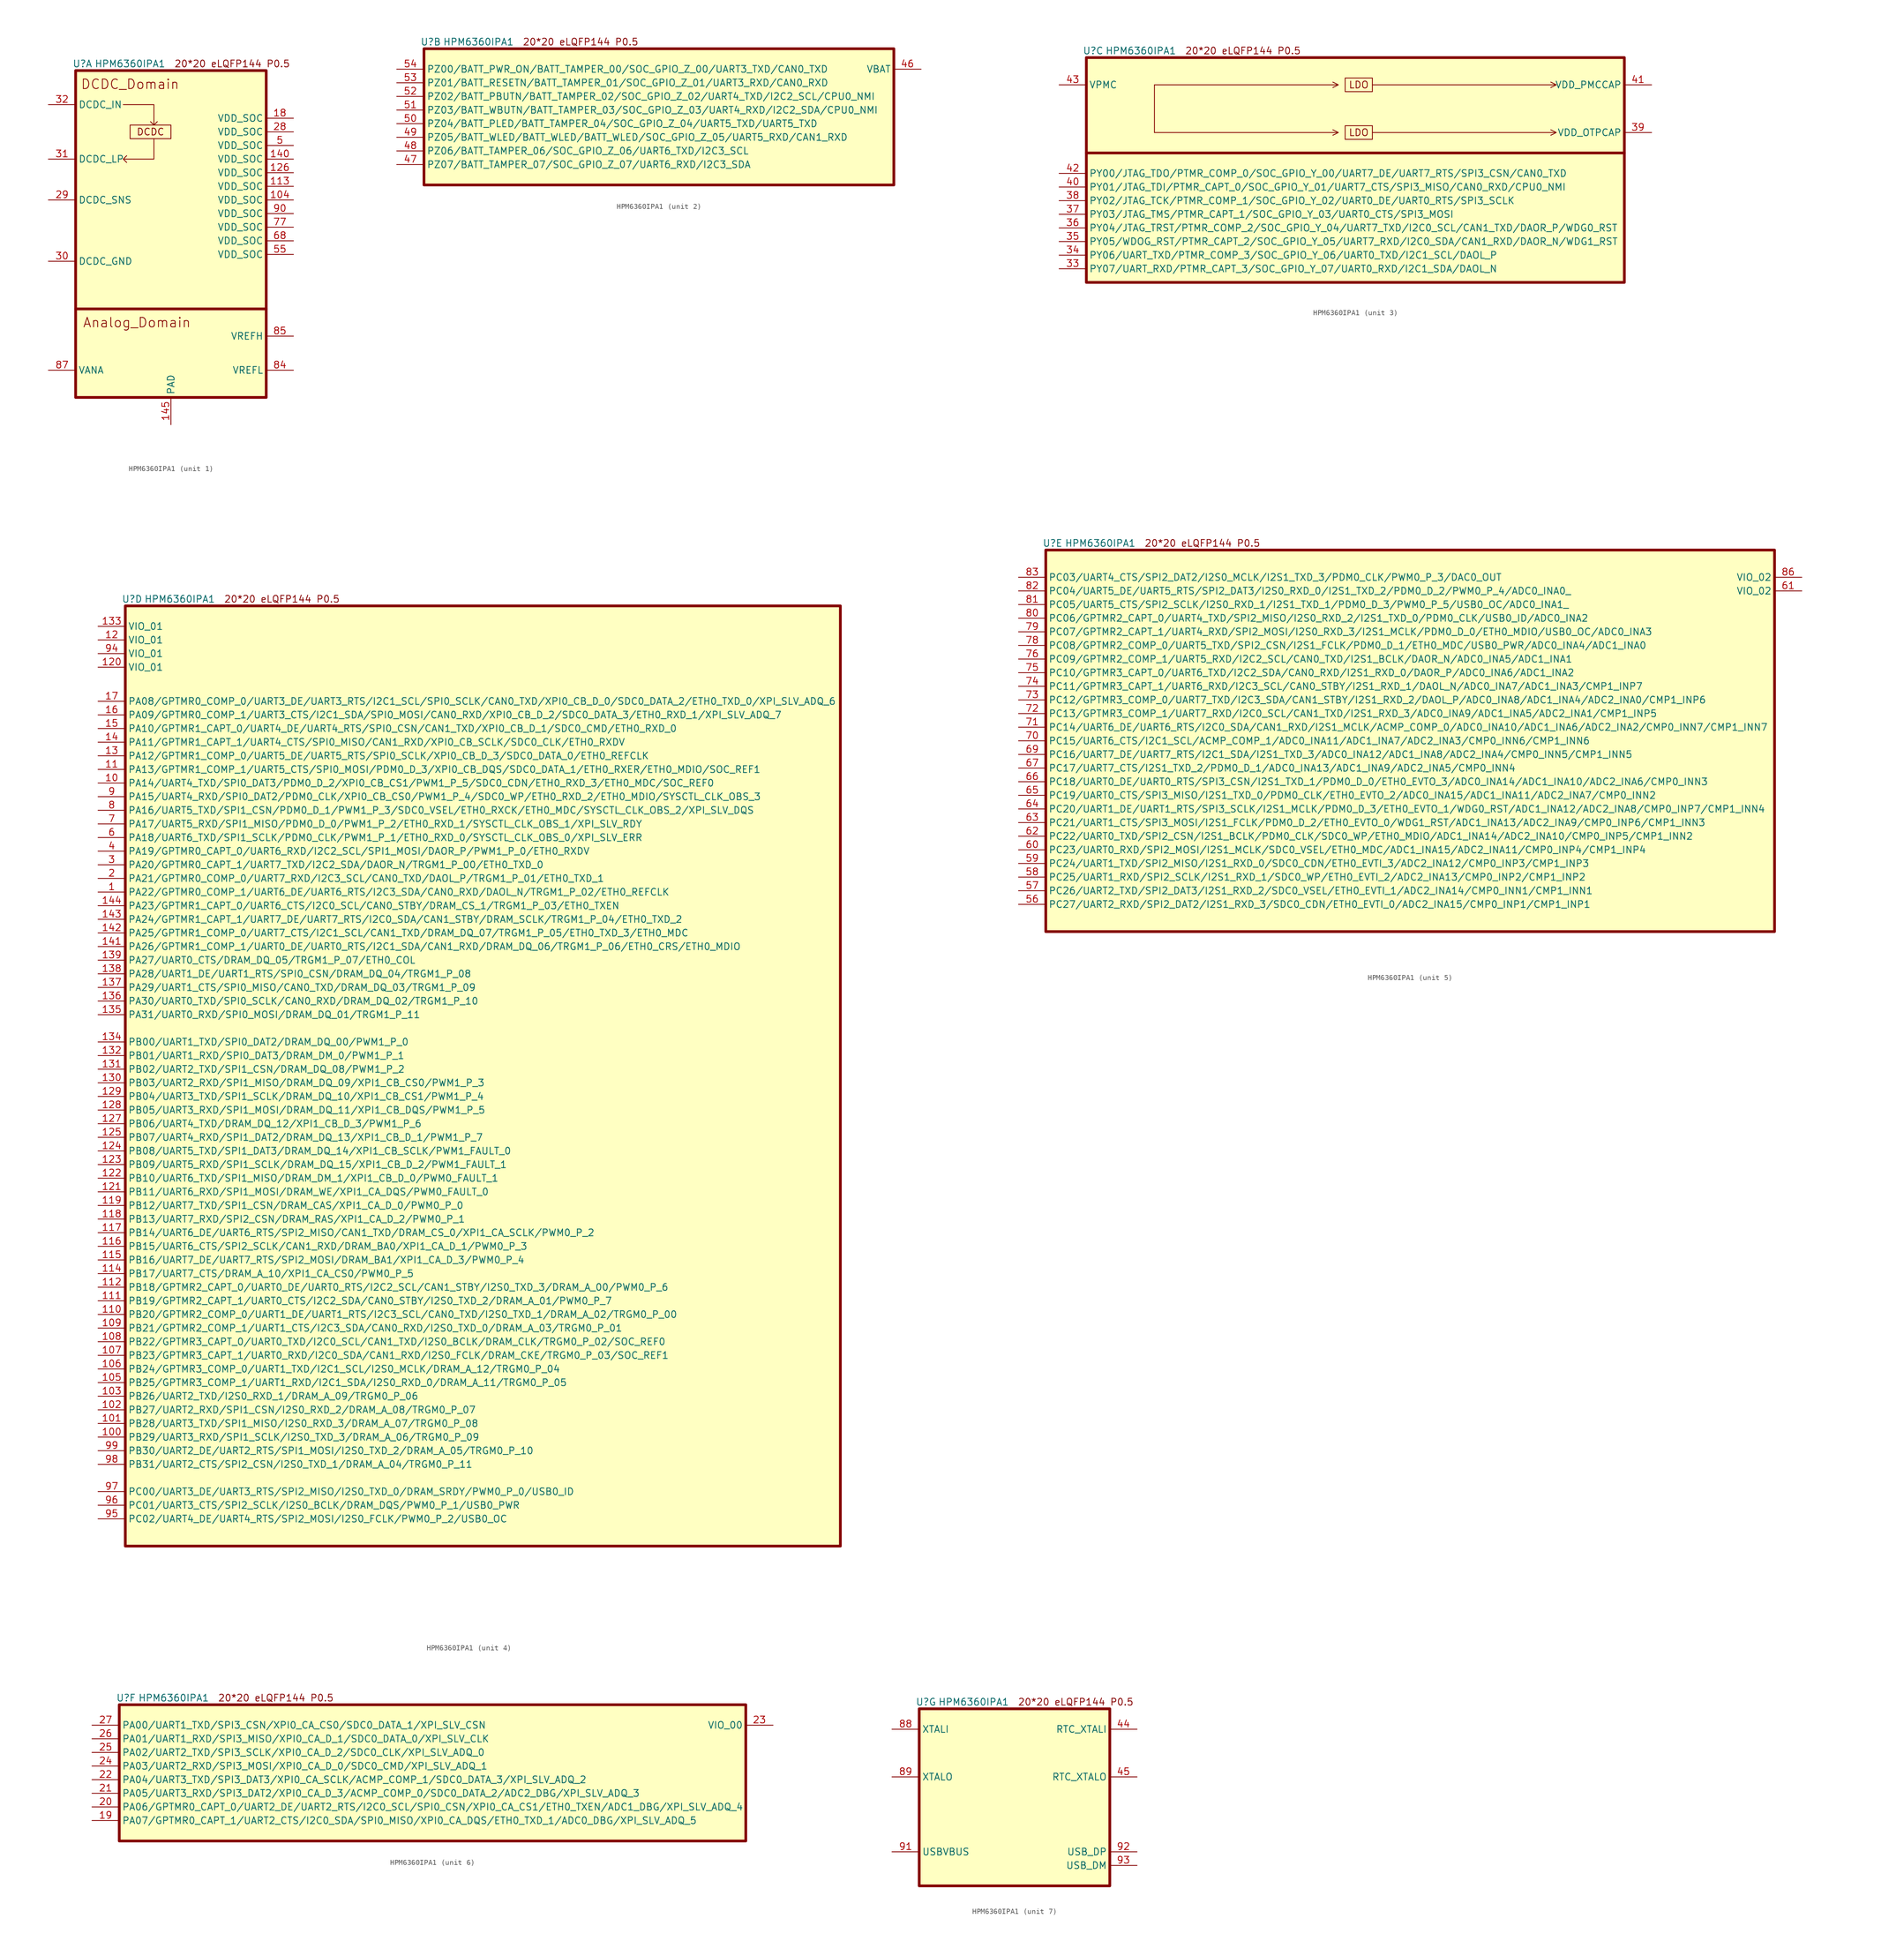
<source format=kicad_sym>
(kicad_symbol_lib
  (version 20220914)
  (generator kicad_symbol_editor)
  (symbol "HPM6360IPA1"
    (property "Reference" "U"
      (at 1.27 1.27 0)
      (effects (font (size 1.27 1.27))))
    (property "Value" "HPM6360IPA1"
      (at 10.16 1.27 0)
      (effects (font (size 1.27 1.27))))
    (property "ki_locked" ""
      (at 0 0 0)
      (effects (font (size 1.27 1.27))))
    (symbol "HPM6360IPA1_0_0"
      (text "20*20 eLQFP144 P0.5" (at 29.21 1.27 0) (effects (font (size 1.27 1.27)))))
    (symbol "HPM6360IPA1_1_1"
      (polyline (pts (xy 0 -44.45) (xy 35.56 -44.45)) (stroke (width 0.508) (type default)) (fill (type none)))
      (polyline (pts (xy 8.89 -6.35) (xy 14.605 -6.35) (xy 14.605 -10.16) (xy 13.97 -9.525) (xy 14.605 -10.16) (xy 15.24 -9.525)) (stroke (width 0) (type default)) (fill (type none)))
      (polyline (pts (xy 14.605 -12.7) (xy 14.605 -16.51) (xy 8.89 -16.51) (xy 9.525 -15.875) (xy 8.89 -16.51) (xy 9.525 -17.145)) (stroke (width 0) (type default)) (fill (type none)))
      (rectangle (start 0 0) (end 35.56 -60.96) (stroke (width 0.508) (type default)) (fill (type background)))
      (rectangle (start 10.16 -10.16) (end 17.78 -12.7) (stroke (width 0) (type default)) (fill (type none)))
      (text "Analog_Domain" (at 11.43 -46.99 0) (effects (font (size 1.778 1.778))))
      (text "DCDC" (at 13.97 -11.43 0) (effects (font (size 1.27 1.27))))
      (text "DCDC_Domain" (at 10.16 -2.54 0) (effects (font (size 1.778 1.778))))
      (pin power_in line (at 40.64 -24.13 180) (length 5.08) (name "VDD_SOC" (effects (font (size 1.27 1.27)))) (number "104" (effects (font (size 1.27 1.27)))))
      (pin power_in line (at 40.64 -21.59 180) (length 5.08) (name "VDD_SOC" (effects (font (size 1.27 1.27)))) (number "113" (effects (font (size 1.27 1.27)))))
      (pin power_in line (at 40.64 -19.05 180) (length 5.08) (name "VDD_SOC" (effects (font (size 1.27 1.27)))) (number "126" (effects (font (size 1.27 1.27)))))
      (pin power_in line (at 40.64 -16.51 180) (length 5.08) (name "VDD_SOC" (effects (font (size 1.27 1.27)))) (number "140" (effects (font (size 1.27 1.27)))))
      (pin power_out line (at 17.78 -66.04 90) (length 5.08) (name "PAD" (effects (font (size 1.27 1.27)))) (number "145" (effects (font (size 1.27 1.27)))))
      (pin power_in line (at 40.64 -8.89 180) (length 5.08) (name "VDD_SOC" (effects (font (size 1.27 1.27)))) (number "18" (effects (font (size 1.27 1.27)))))
      (pin power_in line (at 40.64 -11.43 180) (length 5.08) (name "VDD_SOC" (effects (font (size 1.27 1.27)))) (number "28" (effects (font (size 1.27 1.27)))))
      (pin input line (at -5.08 -24.13 0) (length 5.08) (name "DCDC_SNS" (effects (font (size 1.27 1.27)))) (number "29" (effects (font (size 1.27 1.27)))))
      (pin power_out line (at -5.08 -35.56 0) (length 5.08) (name "DCDC_GND" (effects (font (size 1.27 1.27)))) (number "30" (effects (font (size 1.27 1.27)))))
      (pin power_out line (at -5.08 -16.51 0) (length 5.08) (name "DCDC_LP" (effects (font (size 1.27 1.27)))) (number "31" (effects (font (size 1.27 1.27)))))
      (pin power_in line (at -5.08 -6.35 0) (length 5.08) (name "DCDC_IN" (effects (font (size 1.27 1.27)))) (number "32" (effects (font (size 1.27 1.27)))))
      (pin power_in line (at 40.64 -13.97 180) (length 5.08) (name "VDD_SOC" (effects (font (size 1.27 1.27)))) (number "5" (effects (font (size 1.27 1.27)))))
      (pin power_in line (at 40.64 -34.29 180) (length 5.08) (name "VDD_SOC" (effects (font (size 1.27 1.27)))) (number "55" (effects (font (size 1.27 1.27)))))
      (pin power_in line (at 40.64 -31.75 180) (length 5.08) (name "VDD_SOC" (effects (font (size 1.27 1.27)))) (number "68" (effects (font (size 1.27 1.27)))))
      (pin power_in line (at 40.64 -29.21 180) (length 5.08) (name "VDD_SOC" (effects (font (size 1.27 1.27)))) (number "77" (effects (font (size 1.27 1.27)))))
      (pin power_out line (at 40.64 -55.88 180) (length 5.08) (name "VREFL" (effects (font (size 1.27 1.27)))) (number "84" (effects (font (size 1.27 1.27)))))
      (pin power_in line (at 40.64 -49.53 180) (length 5.08) (name "VREFH" (effects (font (size 1.27 1.27)))) (number "85" (effects (font (size 1.27 1.27)))))
      (pin power_in line (at -5.08 -55.88 0) (length 5.08) (name "VANA" (effects (font (size 1.27 1.27)))) (number "87" (effects (font (size 1.27 1.27)))))
      (pin power_in line (at 40.64 -26.67 180) (length 5.08) (name "VDD_SOC" (effects (font (size 1.27 1.27)))) (number "90" (effects (font (size 1.27 1.27))))))
    (symbol "HPM6360IPA1_2_1"
      (rectangle (start 0 0) (end 87.63 -25.4) (stroke (width 0.508) (type default)) (fill (type background)))
      (pin power_in line (at 92.71 -3.81 180) (length 5.08) (name "VBAT" (effects (font (size 1.27 1.27)))) (number "46" (effects (font (size 1.27 1.27)))))
      (pin bidirectional line (at -5.08 -21.59 0) (length 5.08) (name "PZ07/BATT_TAMPER_07/SOC_GPIO_Z_07/UART6_RXD/I2C3_SDA" (effects (font (size 1.27 1.27)))) (number "47" (effects (font (size 1.27 1.27)))))
      (pin bidirectional line (at -5.08 -19.05 0) (length 5.08) (name "PZ06/BATT_TAMPER_06/SOC_GPIO_Z_06/UART6_TXD/I2C3_SCL" (effects (font (size 1.27 1.27)))) (number "48" (effects (font (size 1.27 1.27)))))
      (pin bidirectional line (at -5.08 -16.51 0) (length 5.08) (name "PZ05/BATT_WLED/BATT_WLED/BATT_WLED/SOC_GPIO_Z_05/UART5_RXD/CAN1_RXD" (effects (font (size 1.27 1.27)))) (number "49" (effects (font (size 1.27 1.27)))))
      (pin bidirectional line (at -5.08 -13.97 0) (length 5.08) (name "PZ04/BATT_PLED/BATT_TAMPER_04/SOC_GPIO_Z_04/UART5_TXD/UART5_TXD" (effects (font (size 1.27 1.27)))) (number "50" (effects (font (size 1.27 1.27)))))
      (pin bidirectional line (at -5.08 -11.43 0) (length 5.08) (name "PZ03/BATT_WBUTN/BATT_TAMPER_03/SOC_GPIO_Z_03/UART4_RXD/I2C2_SDA/CPU0_NMI" (effects (font (size 1.27 1.27)))) (number "51" (effects (font (size 1.27 1.27)))))
      (pin bidirectional line (at -5.08 -8.89 0) (length 5.08) (name "PZ02/BATT_PBUTN/BATT_TAMPER_02/SOC_GPIO_Z_02/UART4_TXD/I2C2_SCL/CPU0_NMI" (effects (font (size 1.27 1.27)))) (number "52" (effects (font (size 1.27 1.27)))))
      (pin bidirectional line (at -5.08 -6.35 0) (length 5.08) (name "PZ01/BATT_RESETN/BATT_TAMPER_01/SOC_GPIO_Z_01/UART3_RXD/CAN0_RXD" (effects (font (size 1.27 1.27)))) (number "53" (effects (font (size 1.27 1.27)))))
      (pin bidirectional line (at -5.08 -3.81 0) (length 5.08) (name "PZ00/BATT_PWR_ON/BATT_TAMPER_00/SOC_GPIO_Z_00/UART3_TXD/CAN0_TXD" (effects (font (size 1.27 1.27)))) (number "54" (effects (font (size 1.27 1.27))))))
    (symbol "HPM6360IPA1_3_0"
      (polyline (pts (xy 12.7 -13.97) (xy 46.99 -13.97) (xy 45.974 -13.462) (xy 46.99 -13.97) (xy 45.974 -14.478)) (stroke (width 0) (type default)) (fill (type none)))
      (polyline (pts (xy 12.7 -5.08) (xy 46.99 -5.08) (xy 45.974 -4.572) (xy 46.99 -5.08) (xy 45.974 -5.588)) (stroke (width 0) (type default)) (fill (type none)))
      (polyline (pts (xy 53.34 -13.97) (xy 87.63 -13.97) (xy 86.614 -13.462) (xy 87.63 -13.97) (xy 86.614 -14.478)) (stroke (width 0) (type default)) (fill (type none)))
      (polyline (pts (xy 53.34 -5.08) (xy 87.63 -5.08) (xy 86.614 -4.572) (xy 87.63 -5.08) (xy 86.614 -5.588)) (stroke (width 0) (type default)) (fill (type none))))
    (symbol "HPM6360IPA1_3_1"
      (polyline (pts (xy 0 -17.78) (xy 100.33 -17.78)) (stroke (width 0.508) (type default)) (fill (type none)))
      (polyline (pts (xy 12.7 -12.7) (xy 12.7 -5.08) (xy 12.7 -13.97)) (stroke (width 0) (type default)) (fill (type none)))
      (rectangle (start 0 0) (end 100.33 -41.91) (stroke (width 0.508) (type default)) (fill (type background)))
      (rectangle (start 48.26 -12.7) (end 53.34 -15.24) (stroke (width 0) (type default)) (fill (type none)))
      (rectangle (start 48.26 -3.81) (end 53.34 -6.35) (stroke (width 0) (type default)) (fill (type none)))
      (text "LDO" (at 50.8 -13.97 0) (effects (font (size 1.27 1.27))))
      (text "LDO" (at 50.8 -5.08 0) (effects (font (size 1.27 1.27))))
      (pin bidirectional line (at -5.08 -39.37 0) (length 5.08) (name "PY07/UART_RXD/PTMR_CAPT_3/SOC_GPIO_Y_07/UART0_RXD/I2C1_SDA/DAOL_N" (effects (font (size 1.27 1.27)))) (number "33" (effects (font (size 1.27 1.27)))))
      (pin bidirectional line (at -5.08 -36.83 0) (length 5.08) (name "PY06/UART_TXD/PTMR_COMP_3/SOC_GPIO_Y_06/UART0_TXD/I2C1_SCL/DAOL_P" (effects (font (size 1.27 1.27)))) (number "34" (effects (font (size 1.27 1.27)))))
      (pin bidirectional line (at -5.08 -34.29 0) (length 5.08) (name "PY05/WDOG_RST/PTMR_CAPT_2/SOC_GPIO_Y_05/UART7_RXD/I2C0_SDA/CAN1_RXD/DAOR_N/WDG1_RST" (effects (font (size 1.27 1.27)))) (number "35" (effects (font (size 1.27 1.27)))))
      (pin bidirectional line (at -5.08 -31.75 0) (length 5.08) (name "PY04/JTAG_TRST/PTMR_COMP_2/SOC_GPIO_Y_04/UART7_TXD/I2C0_SCL/CAN1_TXD/DAOR_P/WDG0_RST" (effects (font (size 1.27 1.27)))) (number "36" (effects (font (size 1.27 1.27)))))
      (pin bidirectional line (at -5.08 -29.21 0) (length 5.08) (name "PY03/JTAG_TMS/PTMR_CAPT_1/SOC_GPIO_Y_03/UART0_CTS/SPI3_MOSI" (effects (font (size 1.27 1.27)))) (number "37" (effects (font (size 1.27 1.27)))))
      (pin bidirectional line (at -5.08 -26.67 0) (length 5.08) (name "PY02/JTAG_TCK/PTMR_COMP_1/SOC_GPIO_Y_02/UART0_DE/UART0_RTS/SPI3_SCLK" (effects (font (size 1.27 1.27)))) (number "38" (effects (font (size 1.27 1.27)))))
      (pin power_out line (at 105.41 -13.97 180) (length 5.08) (name "VDD_OTPCAP" (effects (font (size 1.27 1.27)))) (number "39" (effects (font (size 1.27 1.27)))))
      (pin bidirectional line (at -5.08 -24.13 0) (length 5.08) (name "PY01/JTAG_TDI/PTMR_CAPT_0/SOC_GPIO_Y_01/UART7_CTS/SPI3_MISO/CAN0_RXD/CPU0_NMI" (effects (font (size 1.27 1.27)))) (number "40" (effects (font (size 1.27 1.27)))))
      (pin power_out line (at 105.41 -5.08 180) (length 5.08) (name "VDD_PMCCAP" (effects (font (size 1.27 1.27)))) (number "41" (effects (font (size 1.27 1.27)))))
      (pin bidirectional line (at -5.08 -21.59 0) (length 5.08) (name "PY00/JTAG_TDO/PTMR_COMP_0/SOC_GPIO_Y_00/UART7_DE/UART7_RTS/SPI3_CSN/CAN0_TXD" (effects (font (size 1.27 1.27)))) (number "42" (effects (font (size 1.27 1.27)))))
      (pin power_in line (at -5.08 -5.08 0) (length 5.08) (name "VPMC" (effects (font (size 1.27 1.27)))) (number "43" (effects (font (size 1.27 1.27))))))
    (symbol "HPM6360IPA1_4_1"
      (rectangle (start 0 0) (end 133.35 -175.26) (stroke (width 0.508) (type default)) (fill (type background)))
      (pin bidirectional line (at -5.08 -53.34 0) (length 5.08) (name "PA22/GPTMR0_COMP_1/UART6_DE/UART6_RTS/I2C3_SDA/CAN0_RXD/DAOL_N/TRGM1_P_02/ETH0_REFCLK" (effects (font (size 1.27 1.27)))) (number "1" (effects (font (size 1.27 1.27)))))
      (pin bidirectional line (at -5.08 -33.02 0) (length 5.08) (name "PA14/UART4_TXD/SPI0_DAT3/PDM0_D_2/XPI0_CB_CS1/PWM1_P_5/SDC0_CDN/ETH0_RXD_3/ETH0_MDC/SOC_REF0" (effects (font (size 1.27 1.27)))) (number "10" (effects (font (size 1.27 1.27)))))
      (pin bidirectional line (at -5.08 -154.94 0) (length 5.08) (name "PB29/UART3_RXD/SPI1_SCLK/I2S0_TXD_3/DRAM_A_06/TRGM0_P_09" (effects (font (size 1.27 1.27)))) (number "100" (effects (font (size 1.27 1.27)))))
      (pin bidirectional line (at -5.08 -152.4 0) (length 5.08) (name "PB28/UART3_TXD/SPI1_MISO/I2S0_RXD_3/DRAM_A_07/TRGM0_P_08" (effects (font (size 1.27 1.27)))) (number "101" (effects (font (size 1.27 1.27)))))
      (pin bidirectional line (at -5.08 -149.86 0) (length 5.08) (name "PB27/UART2_RXD/SPI1_CSN/I2S0_RXD_2/DRAM_A_08/TRGM0_P_07" (effects (font (size 1.27 1.27)))) (number "102" (effects (font (size 1.27 1.27)))))
      (pin bidirectional line (at -5.08 -147.32 0) (length 5.08) (name "PB26/UART2_TXD/I2S0_RXD_1/DRAM_A_09/TRGM0_P_06" (effects (font (size 1.27 1.27)))) (number "103" (effects (font (size 1.27 1.27)))))
      (pin bidirectional line (at -5.08 -144.78 0) (length 5.08) (name "PB25/GPTMR3_COMP_1/UART1_RXD/I2C1_SDA/I2S0_RXD_0/DRAM_A_11/TRGM0_P_05" (effects (font (size 1.27 1.27)))) (number "105" (effects (font (size 1.27 1.27)))))
      (pin bidirectional line (at -5.08 -142.24 0) (length 5.08) (name "PB24/GPTMR3_COMP_0/UART1_TXD/I2C1_SCL/I2S0_MCLK/DRAM_A_12/TRGM0_P_04" (effects (font (size 1.27 1.27)))) (number "106" (effects (font (size 1.27 1.27)))))
      (pin bidirectional line (at -5.08 -139.7 0) (length 5.08) (name "PB23/GPTMR3_CAPT_1/UART0_RXD/I2C0_SDA/CAN1_RXD/I2S0_FCLK/DRAM_CKE/TRGM0_P_03/SOC_REF1" (effects (font (size 1.27 1.27)))) (number "107" (effects (font (size 1.27 1.27)))))
      (pin bidirectional line (at -5.08 -137.16 0) (length 5.08) (name "PB22/GPTMR3_CAPT_0/UART0_TXD/I2C0_SCL/CAN1_TXD/I2S0_BCLK/DRAM_CLK/TRGM0_P_02/SOC_REF0" (effects (font (size 1.27 1.27)))) (number "108" (effects (font (size 1.27 1.27)))))
      (pin bidirectional line (at -5.08 -134.62 0) (length 5.08) (name "PB21/GPTMR2_COMP_1/UART1_CTS/I2C3_SDA/CAN0_RXD/I2S0_TXD_0/DRAM_A_03/TRGM0_P_01" (effects (font (size 1.27 1.27)))) (number "109" (effects (font (size 1.27 1.27)))))
      (pin bidirectional line (at -5.08 -30.48 0) (length 5.08) (name "PA13/GPTMR1_COMP_1/UART5_CTS/SPI0_MOSI/PDM0_D_3/XPI0_CB_DQS/SDC0_DATA_1/ETH0_RXER/ETH0_MDIO/SOC_REF1" (effects (font (size 1.27 1.27)))) (number "11" (effects (font (size 1.27 1.27)))))
      (pin bidirectional line (at -5.08 -132.08 0) (length 5.08) (name "PB20/GPTMR2_COMP_0/UART1_DE/UART1_RTS/I2C3_SCL/CAN0_TXD/I2S0_TXD_1/DRAM_A_02/TRGM0_P_00" (effects (font (size 1.27 1.27)))) (number "110" (effects (font (size 1.27 1.27)))))
      (pin bidirectional line (at -5.08 -129.54 0) (length 5.08) (name "PB19/GPTMR2_CAPT_1/UART0_CTS/I2C2_SDA/CAN0_STBY/I2S0_TXD_2/DRAM_A_01/PWM0_P_7" (effects (font (size 1.27 1.27)))) (number "111" (effects (font (size 1.27 1.27)))))
      (pin bidirectional line (at -5.08 -127 0) (length 5.08) (name "PB18/GPTMR2_CAPT_0/UART0_DE/UART0_RTS/I2C2_SCL/CAN1_STBY/I2S0_TXD_3/DRAM_A_00/PWM0_P_6" (effects (font (size 1.27 1.27)))) (number "112" (effects (font (size 1.27 1.27)))))
      (pin bidirectional line (at -5.08 -124.46 0) (length 5.08) (name "PB17/UART7_CTS/DRAM_A_10/XPI1_CA_CS0/PWM0_P_5" (effects (font (size 1.27 1.27)))) (number "114" (effects (font (size 1.27 1.27)))))
      (pin bidirectional line (at -5.08 -121.92 0) (length 5.08) (name "PB16/UART7_DE/UART7_RTS/SPI2_MOSI/DRAM_BA1/XPI1_CA_D_3/PWM0_P_4" (effects (font (size 1.27 1.27)))) (number "115" (effects (font (size 1.27 1.27)))))
      (pin bidirectional line (at -5.08 -119.38 0) (length 5.08) (name "PB15/UART6_CTS/SPI2_SCLK/CAN1_RXD/DRAM_BA0/XPI1_CA_D_1/PWM0_P_3" (effects (font (size 1.27 1.27)))) (number "116" (effects (font (size 1.27 1.27)))))
      (pin bidirectional line (at -5.08 -116.84 0) (length 5.08) (name "PB14/UART6_DE/UART6_RTS/SPI2_MISO/CAN1_TXD/DRAM_CS_0/XPI1_CA_SCLK/PWM0_P_2" (effects (font (size 1.27 1.27)))) (number "117" (effects (font (size 1.27 1.27)))))
      (pin bidirectional line (at -5.08 -114.3 0) (length 5.08) (name "PB13/UART7_RXD/SPI2_CSN/DRAM_RAS/XPI1_CA_D_2/PWM0_P_1" (effects (font (size 1.27 1.27)))) (number "118" (effects (font (size 1.27 1.27)))))
      (pin bidirectional line (at -5.08 -111.76 0) (length 5.08) (name "PB12/UART7_TXD/SPI1_CSN/DRAM_CAS/XPI1_CA_D_0/PWM0_P_0" (effects (font (size 1.27 1.27)))) (number "119" (effects (font (size 1.27 1.27)))))
      (pin power_in line (at -5.08 -6.35 0) (length 5.08) (name "VIO_01" (effects (font (size 1.27 1.27)))) (number "12" (effects (font (size 1.27 1.27)))))
      (pin power_in line (at -5.08 -11.43 0) (length 5.08) (name "VIO_01" (effects (font (size 1.27 1.27)))) (number "120" (effects (font (size 1.27 1.27)))))
      (pin bidirectional line (at -5.08 -109.22 0) (length 5.08) (name "PB11/UART6_RXD/SPI1_MOSI/DRAM_WE/XPI1_CA_DQS/PWM0_FAULT_0" (effects (font (size 1.27 1.27)))) (number "121" (effects (font (size 1.27 1.27)))))
      (pin bidirectional line (at -5.08 -106.68 0) (length 5.08) (name "PB10/UART6_TXD/SPI1_MISO/DRAM_DM_1/XPI1_CB_D_0/PWM0_FAULT_1" (effects (font (size 1.27 1.27)))) (number "122" (effects (font (size 1.27 1.27)))))
      (pin bidirectional line (at -5.08 -104.14 0) (length 5.08) (name "PB09/UART5_RXD/SPI1_SCLK/DRAM_DQ_15/XPI1_CB_D_2/PWM1_FAULT_1" (effects (font (size 1.27 1.27)))) (number "123" (effects (font (size 1.27 1.27)))))
      (pin bidirectional line (at -5.08 -101.6 0) (length 5.08) (name "PB08/UART5_TXD/SPI1_DAT3/DRAM_DQ_14/XPI1_CB_SCLK/PWM1_FAULT_0" (effects (font (size 1.27 1.27)))) (number "124" (effects (font (size 1.27 1.27)))))
      (pin bidirectional line (at -5.08 -99.06 0) (length 5.08) (name "PB07/UART4_RXD/SPI1_DAT2/DRAM_DQ_13/XPI1_CB_D_1/PWM1_P_7" (effects (font (size 1.27 1.27)))) (number "125" (effects (font (size 1.27 1.27)))))
      (pin bidirectional line (at -5.08 -96.52 0) (length 5.08) (name "PB06/UART4_TXD/DRAM_DQ_12/XPI1_CB_D_3/PWM1_P_6" (effects (font (size 1.27 1.27)))) (number "127" (effects (font (size 1.27 1.27)))))
      (pin bidirectional line (at -5.08 -93.98 0) (length 5.08) (name "PB05/UART3_RXD/SPI1_MOSI/DRAM_DQ_11/XPI1_CB_DQS/PWM1_P_5" (effects (font (size 1.27 1.27)))) (number "128" (effects (font (size 1.27 1.27)))))
      (pin bidirectional line (at -5.08 -91.44 0) (length 5.08) (name "PB04/UART3_TXD/SPI1_SCLK/DRAM_DQ_10/XPI1_CB_CS1/PWM1_P_4" (effects (font (size 1.27 1.27)))) (number "129" (effects (font (size 1.27 1.27)))))
      (pin bidirectional line (at -5.08 -27.94 0) (length 5.08) (name "PA12/GPTMR1_COMP_0/UART5_DE/UART5_RTS/SPI0_SCLK/XPI0_CB_D_3/SDC0_DATA_0/ETH0_REFCLK" (effects (font (size 1.27 1.27)))) (number "13" (effects (font (size 1.27 1.27)))))
      (pin bidirectional line (at -5.08 -88.9 0) (length 5.08) (name "PB03/UART2_RXD/SPI1_MISO/DRAM_DQ_09/XPI1_CB_CS0/PWM1_P_3" (effects (font (size 1.27 1.27)))) (number "130" (effects (font (size 1.27 1.27)))))
      (pin bidirectional line (at -5.08 -86.36 0) (length 5.08) (name "PB02/UART2_TXD/SPI1_CSN/DRAM_DQ_08/PWM1_P_2" (effects (font (size 1.27 1.27)))) (number "131" (effects (font (size 1.27 1.27)))))
      (pin bidirectional line (at -5.08 -83.82 0) (length 5.08) (name "PB01/UART1_RXD/SPI0_DAT3/DRAM_DM_0/PWM1_P_1" (effects (font (size 1.27 1.27)))) (number "132" (effects (font (size 1.27 1.27)))))
      (pin power_in line (at -5.08 -3.81 0) (length 5.08) (name "VIO_01" (effects (font (size 1.27 1.27)))) (number "133" (effects (font (size 1.27 1.27)))))
      (pin bidirectional line (at -5.08 -81.28 0) (length 5.08) (name "PB00/UART1_TXD/SPI0_DAT2/DRAM_DQ_00/PWM1_P_0" (effects (font (size 1.27 1.27)))) (number "134" (effects (font (size 1.27 1.27)))))
      (pin bidirectional line (at -5.08 -76.2 0) (length 5.08) (name "PA31/UART0_RXD/SPI0_MOSI/DRAM_DQ_01/TRGM1_P_11" (effects (font (size 1.27 1.27)))) (number "135" (effects (font (size 1.27 1.27)))))
      (pin bidirectional line (at -5.08 -73.66 0) (length 5.08) (name "PA30/UART0_TXD/SPI0_SCLK/CAN0_RXD/DRAM_DQ_02/TRGM1_P_10" (effects (font (size 1.27 1.27)))) (number "136" (effects (font (size 1.27 1.27)))))
      (pin bidirectional line (at -5.08 -71.12 0) (length 5.08) (name "PA29/UART1_CTS/SPI0_MISO/CAN0_TXD/DRAM_DQ_03/TRGM1_P_09" (effects (font (size 1.27 1.27)))) (number "137" (effects (font (size 1.27 1.27)))))
      (pin bidirectional line (at -5.08 -68.58 0) (length 5.08) (name "PA28/UART1_DE/UART1_RTS/SPI0_CSN/DRAM_DQ_04/TRGM1_P_08" (effects (font (size 1.27 1.27)))) (number "138" (effects (font (size 1.27 1.27)))))
      (pin bidirectional line (at -5.08 -66.04 0) (length 5.08) (name "PA27/UART0_CTS/DRAM_DQ_05/TRGM1_P_07/ETH0_COL" (effects (font (size 1.27 1.27)))) (number "139" (effects (font (size 1.27 1.27)))))
      (pin bidirectional line (at -5.08 -25.4 0) (length 5.08) (name "PA11/GPTMR1_CAPT_1/UART4_CTS/SPI0_MISO/CAN1_RXD/XPI0_CB_SCLK/SDC0_CLK/ETH0_RXDV" (effects (font (size 1.27 1.27)))) (number "14" (effects (font (size 1.27 1.27)))))
      (pin bidirectional line (at -5.08 -63.5 0) (length 5.08) (name "PA26/GPTMR1_COMP_1/UART0_DE/UART0_RTS/I2C1_SDA/CAN1_RXD/DRAM_DQ_06/TRGM1_P_06/ETH0_CRS/ETH0_MDIO" (effects (font (size 1.27 1.27)))) (number "141" (effects (font (size 1.27 1.27)))))
      (pin bidirectional line (at -5.08 -60.96 0) (length 5.08) (name "PA25/GPTMR1_COMP_0/UART7_CTS/I2C1_SCL/CAN1_TXD/DRAM_DQ_07/TRGM1_P_05/ETH0_TXD_3/ETH0_MDC" (effects (font (size 1.27 1.27)))) (number "142" (effects (font (size 1.27 1.27)))))
      (pin bidirectional line (at -5.08 -58.42 0) (length 5.08) (name "PA24/GPTMR1_CAPT_1/UART7_DE/UART7_RTS/I2C0_SDA/CAN1_STBY/DRAM_SCLK/TRGM1_P_04/ETH0_TXD_2" (effects (font (size 1.27 1.27)))) (number "143" (effects (font (size 1.27 1.27)))))
      (pin bidirectional line (at -5.08 -55.88 0) (length 5.08) (name "PA23/GPTMR1_CAPT_0/UART6_CTS/I2C0_SCL/CAN0_STBY/DRAM_CS_1/TRGM1_P_03/ETH0_TXEN" (effects (font (size 1.27 1.27)))) (number "144" (effects (font (size 1.27 1.27)))))
      (pin bidirectional line (at -5.08 -22.86 0) (length 5.08) (name "PA10/GPTMR1_CAPT_0/UART4_DE/UART4_RTS/SPI0_CSN/CAN1_TXD/XPI0_CB_D_1/SDC0_CMD/ETH0_RXD_0" (effects (font (size 1.27 1.27)))) (number "15" (effects (font (size 1.27 1.27)))))
      (pin bidirectional line (at -5.08 -20.32 0) (length 5.08) (name "PA09/GPTMR0_COMP_1/UART3_CTS/I2C1_SDA/SPI0_MOSI/CAN0_RXD/XPI0_CB_D_2/SDC0_DATA_3/ETH0_RXD_1/XPI_SLV_ADQ_7" (effects (font (size 1.27 1.27)))) (number "16" (effects (font (size 1.27 1.27)))))
      (pin bidirectional line (at -5.08 -17.78 0) (length 5.08) (name "PA08/GPTMR0_COMP_0/UART3_DE/UART3_RTS/I2C1_SCL/SPI0_SCLK/CAN0_TXD/XPI0_CB_D_0/SDC0_DATA_2/ETH0_TXD_0/XPI_SLV_ADQ_6" (effects (font (size 1.27 1.27)))) (number "17" (effects (font (size 1.27 1.27)))))
      (pin bidirectional line (at -5.08 -50.8 0) (length 5.08) (name "PA21/GPTMR0_COMP_0/UART7_RXD/I2C3_SCL/CAN0_TXD/DAOL_P/TRGM1_P_01/ETH0_TXD_1" (effects (font (size 1.27 1.27)))) (number "2" (effects (font (size 1.27 1.27)))))
      (pin bidirectional line (at -5.08 -48.26 0) (length 5.08) (name "PA20/GPTMR0_CAPT_1/UART7_TXD/I2C2_SDA/DAOR_N/TRGM1_P_00/ETH0_TXD_0" (effects (font (size 1.27 1.27)))) (number "3" (effects (font (size 1.27 1.27)))))
      (pin bidirectional line (at -5.08 -45.72 0) (length 5.08) (name "PA19/GPTMR0_CAPT_0/UART6_RXD/I2C2_SCL/SPI1_MOSI/DAOR_P/PWM1_P_0/ETH0_RXDV" (effects (font (size 1.27 1.27)))) (number "4" (effects (font (size 1.27 1.27)))))
      (pin bidirectional line (at -5.08 -43.18 0) (length 5.08) (name "PA18/UART6_TXD/SPI1_SCLK/PDM0_CLK/PWM1_P_1/ETH0_RXD_0/SYSCTL_CLK_OBS_0/XPI_SLV_ERR" (effects (font (size 1.27 1.27)))) (number "6" (effects (font (size 1.27 1.27)))))
      (pin bidirectional line (at -5.08 -40.64 0) (length 5.08) (name "PA17/UART5_RXD/SPI1_MISO/PDM0_D_0/PWM1_P_2/ETH0_RXD_1/SYSCTL_CLK_OBS_1/XPI_SLV_RDY" (effects (font (size 1.27 1.27)))) (number "7" (effects (font (size 1.27 1.27)))))
      (pin bidirectional line (at -5.08 -38.1 0) (length 5.08) (name "PA16/UART5_TXD/SPI1_CSN/PDM0_D_1/PWM1_P_3/SDC0_VSEL/ETH0_RXCK/ETH0_MDC/SYSCTL_CLK_OBS_2/XPI_SLV_DQS" (effects (font (size 1.27 1.27)))) (number "8" (effects (font (size 1.27 1.27)))))
      (pin bidirectional line (at -5.08 -35.56 0) (length 5.08) (name "PA15/UART4_RXD/SPI0_DAT2/PDM0_CLK/XPI0_CB_CS0/PWM1_P_4/SDC0_WP/ETH0_RXD_2/ETH0_MDIO/SYSCTL_CLK_OBS_3" (effects (font (size 1.27 1.27)))) (number "9" (effects (font (size 1.27 1.27)))))
      (pin power_in line (at -5.08 -8.89 0) (length 5.08) (name "VIO_01" (effects (font (size 1.27 1.27)))) (number "94" (effects (font (size 1.27 1.27)))))
      (pin bidirectional line (at -5.08 -170.18 0) (length 5.08) (name "PC02/UART4_DE/UART4_RTS/SPI2_MOSI/I2S0_FCLK/PWM0_P_2/USB0_OC" (effects (font (size 1.27 1.27)))) (number "95" (effects (font (size 1.27 1.27)))))
      (pin bidirectional line (at -5.08 -167.64 0) (length 5.08) (name "PC01/UART3_CTS/SPI2_SCLK/I2S0_BCLK/DRAM_DQS/PWM0_P_1/USB0_PWR" (effects (font (size 1.27 1.27)))) (number "96" (effects (font (size 1.27 1.27)))))
      (pin bidirectional line (at -5.08 -165.1 0) (length 5.08) (name "PC00/UART3_DE/UART3_RTS/SPI2_MISO/I2S0_TXD_0/DRAM_SRDY/PWM0_P_0/USB0_ID" (effects (font (size 1.27 1.27)))) (number "97" (effects (font (size 1.27 1.27)))))
      (pin bidirectional line (at -5.08 -160.02 0) (length 5.08) (name "PB31/UART2_CTS/SPI2_CSN/I2S0_TXD_1/DRAM_A_04/TRGM0_P_11" (effects (font (size 1.27 1.27)))) (number "98" (effects (font (size 1.27 1.27)))))
      (pin bidirectional line (at -5.08 -157.48 0) (length 5.08) (name "PB30/UART2_DE/UART2_RTS/SPI1_MOSI/I2S0_TXD_2/DRAM_A_05/TRGM0_P_10" (effects (font (size 1.27 1.27)))) (number "99" (effects (font (size 1.27 1.27))))))
    (symbol "HPM6360IPA1_5_1"
      (rectangle (start 0 0) (end 135.89 -71.12) (stroke (width 0.508) (type default)) (fill (type background)))
      (pin bidirectional line (at -5.08 -66.04 0) (length 5.08) (name "PC27/UART2_RXD/SPI2_DAT2/I2S1_RXD_3/SDC0_CDN/ETH0_EVTI_0/ADC2_INA15/CMP0_INP1/CMP1_INP1" (effects (font (size 1.27 1.27)))) (number "56" (effects (font (size 1.27 1.27)))))
      (pin bidirectional line (at -5.08 -63.5 0) (length 5.08) (name "PC26/UART2_TXD/SPI2_DAT3/I2S1_RXD_2/SDC0_VSEL/ETH0_EVTI_1/ADC2_INA14/CMP0_INN1/CMP1_INN1" (effects (font (size 1.27 1.27)))) (number "57" (effects (font (size 1.27 1.27)))))
      (pin bidirectional line (at -5.08 -60.96 0) (length 5.08) (name "PC25/UART1_RXD/SPI2_SCLK/I2S1_RXD_1/SDC0_WP/ETH0_EVTI_2/ADC2_INA13/CMP0_INP2/CMP1_INP2" (effects (font (size 1.27 1.27)))) (number "58" (effects (font (size 1.27 1.27)))))
      (pin bidirectional line (at -5.08 -58.42 0) (length 5.08) (name "PC24/UART1_TXD/SPI2_MISO/I2S1_RXD_0/SDC0_CDN/ETH0_EVTI_3/ADC2_INA12/CMP0_INP3/CMP1_INP3" (effects (font (size 1.27 1.27)))) (number "59" (effects (font (size 1.27 1.27)))))
      (pin bidirectional line (at -5.08 -55.88 0) (length 5.08) (name "PC23/UART0_RXD/SPI2_MOSI/I2S1_MCLK/SDC0_VSEL/ETH0_MDC/ADC1_INA15/ADC2_INA11/CMP0_INP4/CMP1_INP4" (effects (font (size 1.27 1.27)))) (number "60" (effects (font (size 1.27 1.27)))))
      (pin power_in line (at 140.97 -7.62 180) (length 5.08) (name "VIO_02" (effects (font (size 1.27 1.27)))) (number "61" (effects (font (size 1.27 1.27)))))
      (pin bidirectional line (at -5.08 -53.34 0) (length 5.08) (name "PC22/UART0_TXD/SPI2_CSN/I2S1_BCLK/PDM0_CLK/SDC0_WP/ETH0_MDIO/ADC1_INA14/ADC2_INA10/CMP0_INP5/CMP1_INN2" (effects (font (size 1.27 1.27)))) (number "62" (effects (font (size 1.27 1.27)))))
      (pin bidirectional line (at -5.08 -50.8 0) (length 5.08) (name "PC21/UART1_CTS/SPI3_MOSI/I2S1_FCLK/PDM0_D_2/ETH0_EVTO_0/WDG1_RST/ADC1_INA13/ADC2_INA9/CMP0_INP6/CMP1_INN3" (effects (font (size 1.27 1.27)))) (number "63" (effects (font (size 1.27 1.27)))))
      (pin bidirectional line (at -5.08 -48.26 0) (length 5.08) (name "PC20/UART1_DE/UART1_RTS/SPI3_SCLK/I2S1_MCLK/PDM0_D_3/ETH0_EVTO_1/WDG0_RST/ADC1_INA12/ADC2_INA8/CMP0_INP7/CMP1_INN4" (effects (font (size 1.27 1.27)))) (number "64" (effects (font (size 1.27 1.27)))))
      (pin bidirectional line (at -5.08 -45.72 0) (length 5.08) (name "PC19/UART0_CTS/SPI3_MISO/I2S1_TXD_0/PDM0_CLK/ETH0_EVTO_2/ADC0_INA15/ADC1_INA11/ADC2_INA7/CMP0_INN2" (effects (font (size 1.27 1.27)))) (number "65" (effects (font (size 1.27 1.27)))))
      (pin bidirectional line (at -5.08 -43.18 0) (length 5.08) (name "PC18/UART0_DE/UART0_RTS/SPI3_CSN/I2S1_TXD_1/PDM0_D_0/ETH0_EVTO_3/ADC0_INA14/ADC1_INA10/ADC2_INA6/CMP0_INN3" (effects (font (size 1.27 1.27)))) (number "66" (effects (font (size 1.27 1.27)))))
      (pin bidirectional line (at -5.08 -40.64 0) (length 5.08) (name "PC17/UART7_CTS/I2S1_TXD_2/PDM0_D_1/ADC0_INA13/ADC1_INA9/ADC2_INA5/CMP0_INN4" (effects (font (size 1.27 1.27)))) (number "67" (effects (font (size 1.27 1.27)))))
      (pin bidirectional line (at -5.08 -38.1 0) (length 5.08) (name "PC16/UART7_DE/UART7_RTS/I2C1_SDA/I2S1_TXD_3/ADC0_INA12/ADC1_INA8/ADC2_INA4/CMP0_INN5/CMP1_INN5" (effects (font (size 1.27 1.27)))) (number "69" (effects (font (size 1.27 1.27)))))
      (pin bidirectional line (at -5.08 -35.56 0) (length 5.08) (name "PC15/UART6_CTS/I2C1_SCL/ACMP_COMP_1/ADC0_INA11/ADC1_INA7/ADC2_INA3/CMP0_INN6/CMP1_INN6" (effects (font (size 1.27 1.27)))) (number "70" (effects (font (size 1.27 1.27)))))
      (pin bidirectional line (at -5.08 -33.02 0) (length 5.08) (name "PC14/UART6_DE/UART6_RTS/I2C0_SDA/CAN1_RXD/I2S1_MCLK/ACMP_COMP_0/ADC0_INA10/ADC1_INA6/ADC2_INA2/CMP0_INN7/CMP1_INN7" (effects (font (size 1.27 1.27)))) (number "71" (effects (font (size 1.27 1.27)))))
      (pin bidirectional line (at -5.08 -30.48 0) (length 5.08) (name "PC13/GPTMR3_COMP_1/UART7_RXD/I2C0_SCL/CAN1_TXD/I2S1_RXD_3/ADC0_INA9/ADC1_INA5/ADC2_INA1/CMP1_INP5" (effects (font (size 1.27 1.27)))) (number "72" (effects (font (size 1.27 1.27)))))
      (pin bidirectional line (at -5.08 -27.94 0) (length 5.08) (name "PC12/GPTMR3_COMP_0/UART7_TXD/I2C3_SDA/CAN1_STBY/I2S1_RXD_2/DAOL_P/ADC0_INA8/ADC1_INA4/ADC2_INA0/CMP1_INP6" (effects (font (size 1.27 1.27)))) (number "73" (effects (font (size 1.27 1.27)))))
      (pin bidirectional line (at -5.08 -25.4 0) (length 5.08) (name "PC11/GPTMR3_CAPT_1/UART6_RXD/I2C3_SCL/CAN0_STBY/I2S1_RXD_1/DAOL_N/ADC0_INA7/ADC1_INA3/CMP1_INP7" (effects (font (size 1.27 1.27)))) (number "74" (effects (font (size 1.27 1.27)))))
      (pin bidirectional line (at -5.08 -22.86 0) (length 5.08) (name "PC10/GPTMR3_CAPT_0/UART6_TXD/I2C2_SDA/CAN0_RXD/I2S1_RXD_0/DAOR_P/ADC0_INA6/ADC1_INA2" (effects (font (size 1.27 1.27)))) (number "75" (effects (font (size 1.27 1.27)))))
      (pin bidirectional line (at -5.08 -20.32 0) (length 5.08) (name "PC09/GPTMR2_COMP_1/UART5_RXD/I2C2_SCL/CAN0_TXD/I2S1_BCLK/DAOR_N/ADC0_INA5/ADC1_INA1" (effects (font (size 1.27 1.27)))) (number "76" (effects (font (size 1.27 1.27)))))
      (pin bidirectional line (at -5.08 -17.78 0) (length 5.08) (name "PC08/GPTMR2_COMP_0/UART5_TXD/SPI2_CSN/I2S1_FCLK/PDM0_D_1/ETH0_MDC/USB0_PWR/ADC0_INA4/ADC1_INA0" (effects (font (size 1.27 1.27)))) (number "78" (effects (font (size 1.27 1.27)))))
      (pin bidirectional line (at -5.08 -15.24 0) (length 5.08) (name "PC07/GPTMR2_CAPT_1/UART4_RXD/SPI2_MOSI/I2S0_RXD_3/I2S1_MCLK/PDM0_D_0/ETH0_MDIO/USB0_OC/ADC0_INA3" (effects (font (size 1.27 1.27)))) (number "79" (effects (font (size 1.27 1.27)))))
      (pin bidirectional line (at -5.08 -12.7 0) (length 5.08) (name "PC06/GPTMR2_CAPT_0/UART4_TXD/SPI2_MISO/I2S0_RXD_2/I2S1_TXD_0/PDM0_CLK/USB0_ID/ADC0_INA2" (effects (font (size 1.27 1.27)))) (number "80" (effects (font (size 1.27 1.27)))))
      (pin bidirectional line (at -5.08 -10.16 0) (length 5.08) (name "PC05/UART5_CTS/SPI2_SCLK/I2S0_RXD_1/I2S1_TXD_1/PDM0_D_3/PWM0_P_5/USB0_OC/ADC0_INA1_" (effects (font (size 1.27 1.27)))) (number "81" (effects (font (size 1.27 1.27)))))
      (pin bidirectional line (at -5.08 -7.62 0) (length 5.08) (name "PC04/UART5_DE/UART5_RTS/SPI2_DAT3/I2S0_RXD_0/I2S1_TXD_2/PDM0_D_2/PWM0_P_4/ADC0_INA0_" (effects (font (size 1.27 1.27)))) (number "82" (effects (font (size 1.27 1.27)))))
      (pin bidirectional line (at -5.08 -5.08 0) (length 5.08) (name "PC03/UART4_CTS/SPI2_DAT2/I2S0_MCLK/I2S1_TXD_3/PDM0_CLK/PWM0_P_3/DAC0_OUT" (effects (font (size 1.27 1.27)))) (number "83" (effects (font (size 1.27 1.27)))))
      (pin power_in line (at 140.97 -5.08 180) (length 5.08) (name "VIO_02" (effects (font (size 1.27 1.27)))) (number "86" (effects (font (size 1.27 1.27))))))
    (symbol "HPM6360IPA1_6_1"
      (rectangle (start 0 0) (end 116.84 -25.4) (stroke (width 0.508) (type default)) (fill (type background)))
      (pin bidirectional line (at -5.08 -21.59 0) (length 5.08) (name "PA07/GPTMR0_CAPT_1/UART2_CTS/I2C0_SDA/SPI0_MISO/XPI0_CA_DQS/ETH0_TXD_1/ADC0_DBG/XPI_SLV_ADQ_5" (effects (font (size 1.27 1.27)))) (number "19" (effects (font (size 1.27 1.27)))))
      (pin bidirectional line (at -5.08 -19.05 0) (length 5.08) (name "PA06/GPTMR0_CAPT_0/UART2_DE/UART2_RTS/I2C0_SCL/SPI0_CSN/XPI0_CA_CS1/ETH0_TXEN/ADC1_DBG/XPI_SLV_ADQ_4" (effects (font (size 1.27 1.27)))) (number "20" (effects (font (size 1.27 1.27)))))
      (pin bidirectional line (at -5.08 -16.51 0) (length 5.08) (name "PA05/UART3_RXD/SPI3_DAT2/XPI0_CA_D_3/ACMP_COMP_0/SDC0_DATA_2/ADC2_DBG/XPI_SLV_ADQ_3" (effects (font (size 1.27 1.27)))) (number "21" (effects (font (size 1.27 1.27)))))
      (pin bidirectional line (at -5.08 -13.97 0) (length 5.08) (name "PA04/UART3_TXD/SPI3_DAT3/XPI0_CA_SCLK/ACMP_COMP_1/SDC0_DATA_3/XPI_SLV_ADQ_2" (effects (font (size 1.27 1.27)))) (number "22" (effects (font (size 1.27 1.27)))))
      (pin power_in line (at 121.92 -3.81 180) (length 5.08) (name "VIO_00" (effects (font (size 1.27 1.27)))) (number "23" (effects (font (size 1.27 1.27)))))
      (pin bidirectional line (at -5.08 -11.43 0) (length 5.08) (name "PA03/UART2_RXD/SPI3_MOSI/XPI0_CA_D_0/SDC0_CMD/XPI_SLV_ADQ_1" (effects (font (size 1.27 1.27)))) (number "24" (effects (font (size 1.27 1.27)))))
      (pin bidirectional line (at -5.08 -8.89 0) (length 5.08) (name "PA02/UART2_TXD/SPI3_SCLK/XPI0_CA_D_2/SDC0_CLK/XPI_SLV_ADQ_0" (effects (font (size 1.27 1.27)))) (number "25" (effects (font (size 1.27 1.27)))))
      (pin bidirectional line (at -5.08 -6.35 0) (length 5.08) (name "PA01/UART1_RXD/SPI3_MISO/XPI0_CA_D_1/SDC0_DATA_0/XPI_SLV_CLK" (effects (font (size 1.27 1.27)))) (number "26" (effects (font (size 1.27 1.27)))))
      (pin bidirectional line (at -5.08 -3.81 0) (length 5.08) (name "PA00/UART1_TXD/SPI3_CSN/XPI0_CA_CS0/SDC0_DATA_1/XPI_SLV_CSN" (effects (font (size 1.27 1.27)))) (number "27" (effects (font (size 1.27 1.27))))))
    (symbol "HPM6360IPA1_7_1"
      (rectangle (start 0 0) (end 35.56 -33.02) (stroke (width 0.508) (type default)) (fill (type background)))
      (pin input line (at 40.64 -3.81 180) (length 5.08) (name "RTC_XTALI" (effects (font (size 1.27 1.27)))) (number "44" (effects (font (size 1.27 1.27)))))
      (pin output line (at 40.64 -12.7 180) (length 5.08) (name "RTC_XTALO" (effects (font (size 1.27 1.27)))) (number "45" (effects (font (size 1.27 1.27)))))
      (pin input line (at -5.08 -3.81 0) (length 5.08) (name "XTALI" (effects (font (size 1.27 1.27)))) (number "88" (effects (font (size 1.27 1.27)))))
      (pin output line (at -5.08 -12.7 0) (length 5.08) (name "XTALO" (effects (font (size 1.27 1.27)))) (number "89" (effects (font (size 1.27 1.27)))))
      (pin power_in line (at -5.08 -26.67 0) (length 5.08) (name "USBVBUS" (effects (font (size 1.27 1.27)))) (number "91" (effects (font (size 1.27 1.27)))))
      (pin bidirectional line (at 40.64 -26.67 180) (length 5.08) (name "USB_DP" (effects (font (size 1.27 1.27)))) (number "92" (effects (font (size 1.27 1.27)))))
      (pin bidirectional line (at 40.64 -29.21 180) (length 5.08) (name "USB_DM" (effects (font (size 1.27 1.27)))) (number "93" (effects (font (size 1.27 1.27))))))))
</source>
